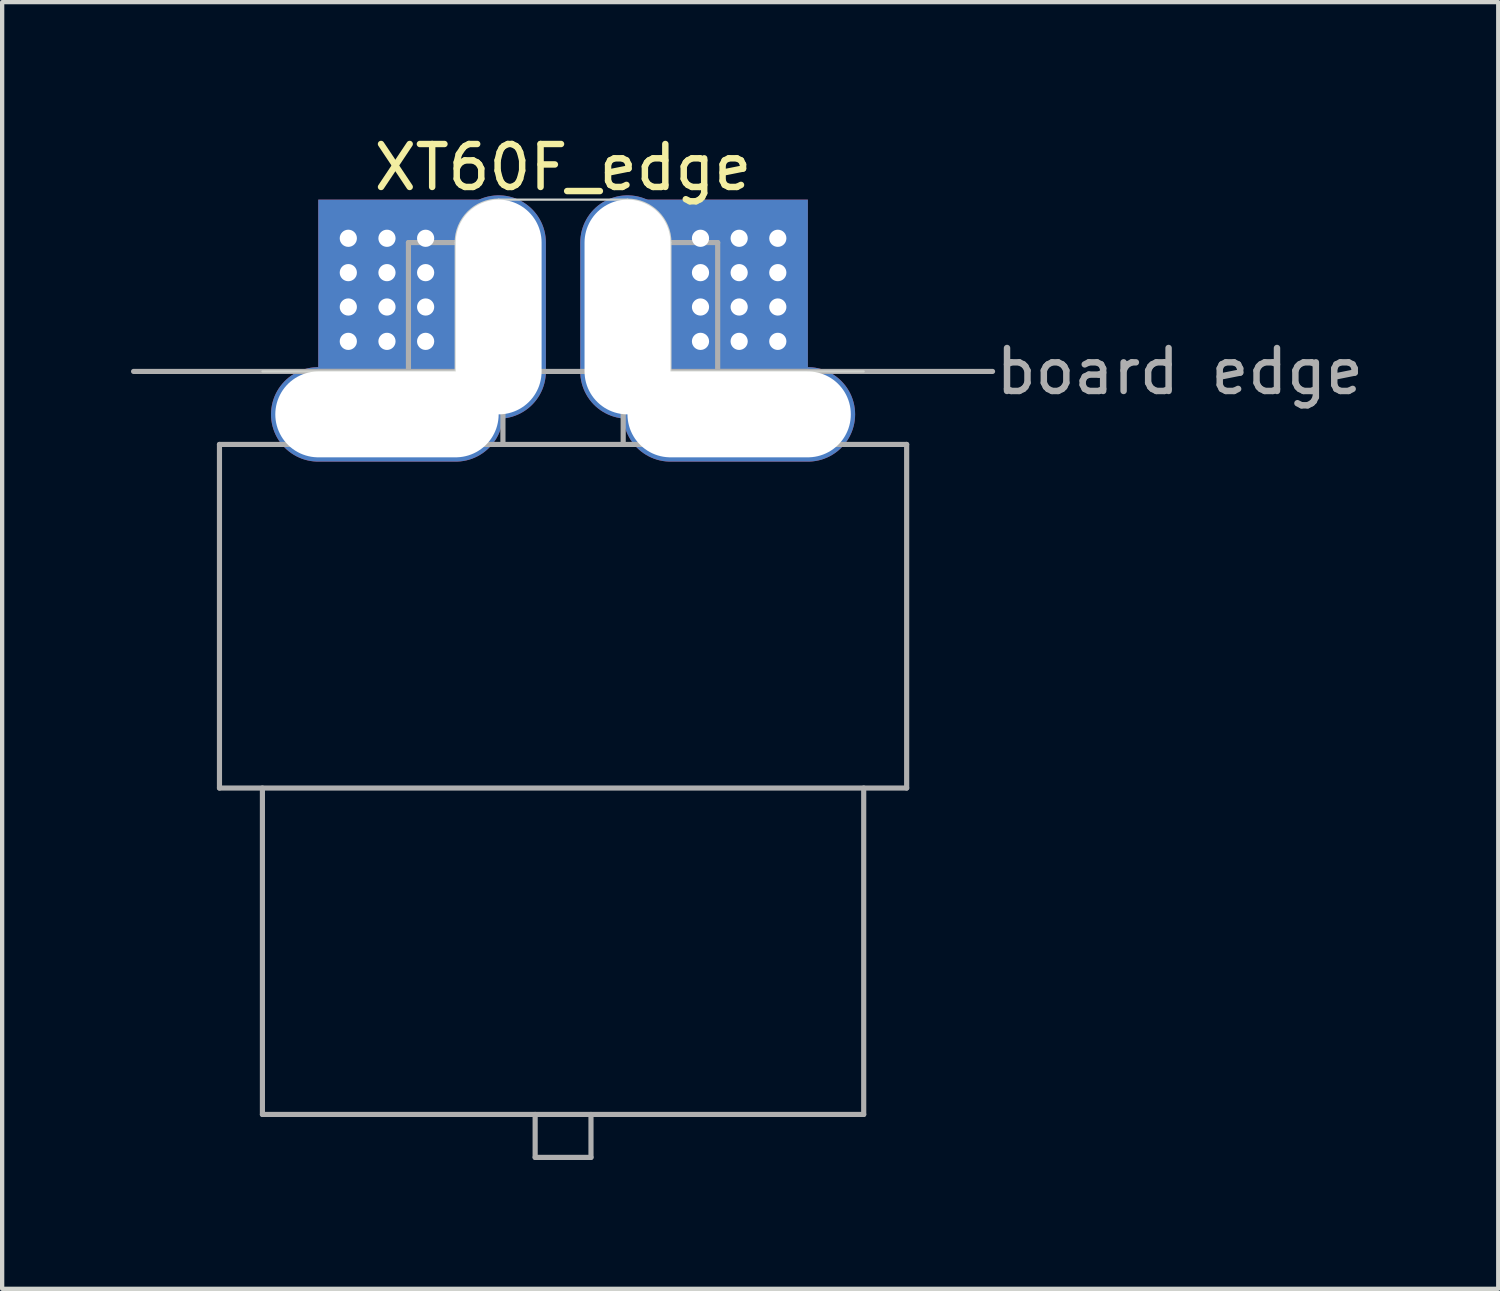
<source format=kicad_pcb>
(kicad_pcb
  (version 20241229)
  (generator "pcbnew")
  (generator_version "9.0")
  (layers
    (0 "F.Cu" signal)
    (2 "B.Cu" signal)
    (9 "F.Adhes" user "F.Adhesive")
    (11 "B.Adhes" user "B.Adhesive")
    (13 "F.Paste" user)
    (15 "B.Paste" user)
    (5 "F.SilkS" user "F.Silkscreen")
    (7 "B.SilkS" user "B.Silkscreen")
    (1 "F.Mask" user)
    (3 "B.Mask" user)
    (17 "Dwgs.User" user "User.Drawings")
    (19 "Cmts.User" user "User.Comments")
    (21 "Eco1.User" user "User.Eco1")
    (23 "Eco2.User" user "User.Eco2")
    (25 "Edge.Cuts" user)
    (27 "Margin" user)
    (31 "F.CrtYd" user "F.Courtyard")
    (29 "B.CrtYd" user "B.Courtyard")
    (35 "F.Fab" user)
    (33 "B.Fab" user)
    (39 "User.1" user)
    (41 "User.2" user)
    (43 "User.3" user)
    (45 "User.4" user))
  (footprint "XT60F_edge"
    (layer "F.Cu")
    (at 10.06 5.598)
    (property "Reference" "XT60F_edge" (at 0 -4.75 0) (layer "F.SilkS") (effects (font (size 1 1) (thickness 0.15))))
    (attr through_hole)
    (fp_line (start -2.5 0) (end -7 0) (stroke (width 0.05) (type solid)) (layer "Edge.Cuts"))
    (fp_line (start -2.5 0) (end -2.5 -3) (stroke (width 0.05) (type solid)) (layer "Edge.Cuts"))
    (fp_line (start -1.5 -4) (end 1.5 -4) (stroke (width 0.05) (type solid)) (layer "Edge.Cuts"))
    (fp_line (start 2.5 0) (end 2.5 -3) (stroke (width 0.05) (type solid)) (layer "Edge.Cuts"))
    (fp_line (start 2.5 0) (end 7 0) (stroke (width 0.05) (type solid)) (layer "Edge.Cuts"))
    (fp_arc (start -2.5 -3) (mid -2.207107 -3.707107) (end -1.5 -4) (stroke (width 0.05) (type solid)) (layer "Edge.Cuts"))
    (fp_arc (start 1.5 -4) (mid 2.207107 -3.707107) (end 2.5 -3) (stroke (width 0.05) (type solid)) (layer "Edge.Cuts"))
    (fp_line (start -8 9.7) (end -8 1.7) (stroke (width 0.12) (type solid)) (layer "F.Fab"))
    (fp_line (start -7 9.7) (end -7 17.3) (stroke (width 0.12) (type solid)) (layer "F.Fab"))
    (fp_line (start -7 17.3) (end 7 17.3) (stroke (width 0.12) (type solid)) (layer "F.Fab"))
    (fp_line (start -5.7 0) (end -3.6 0) (stroke (width 0.12) (type solid)) (layer "F.Fab"))
    (fp_line (start -5.7 1.7) (end -8 1.7) (stroke (width 0.12) (type solid)) (layer "F.Fab"))
    (fp_line (start -5.7 1.7) (end -5.7 0) (stroke (width 0.12) (type solid)) (layer "F.Fab"))
    (fp_line (start -3.6 -3) (end -1.4 -3) (stroke (width 0.12) (type solid)) (layer "F.Fab"))
    (fp_line (start -3.6 0) (end -3.6 -3) (stroke (width 0.12) (type solid)) (layer "F.Fab"))
    (fp_line (start -1.4 -3) (end -1.4 1.7) (stroke (width 0.12) (type solid)) (layer "F.Fab"))
    (fp_line (start -1.4 1.7) (end -5.7 1.7) (stroke (width 0.12) (type solid)) (layer "F.Fab"))
    (fp_line (start -1.4 1.7) (end 1.4 1.7) (stroke (width 0.12) (type solid)) (layer "F.Fab"))
    (fp_line (start -0.65 18.3) (end -0.65 17.3) (stroke (width 0.12) (type solid)) (layer "F.Fab"))
    (fp_line (start 0.65 17.3) (end 0.65 18.3) (stroke (width 0.12) (type solid)) (layer "F.Fab"))
    (fp_line (start 0.65 18.3) (end -0.65 18.3) (stroke (width 0.12) (type solid)) (layer "F.Fab"))
    (fp_line (start 1.4 -3) (end 3.6 -3) (stroke (width 0.12) (type solid)) (layer "F.Fab"))
    (fp_line (start 1.4 1.7) (end 1.4 -3) (stroke (width 0.12) (type solid)) (layer "F.Fab"))
    (fp_line (start 3.6 -3) (end 3.6 0) (stroke (width 0.12) (type solid)) (layer "F.Fab"))
    (fp_line (start 3.6 0) (end 5.7 0) (stroke (width 0.12) (type solid)) (layer "F.Fab"))
    (fp_line (start 5.7 0) (end 5.7 1.7) (stroke (width 0.12) (type solid)) (layer "F.Fab"))
    (fp_line (start 5.7 1.7) (end 1.4 1.7) (stroke (width 0.12) (type solid)) (layer "F.Fab"))
    (fp_line (start 5.7 1.7) (end 8 1.7) (stroke (width 0.12) (type solid)) (layer "F.Fab"))
    (fp_line (start 7 9.7) (end 7 17.3) (stroke (width 0.12) (type solid)) (layer "F.Fab"))
    (fp_line (start 8 1.7) (end 8 9.7) (stroke (width 0.12) (type solid)) (layer "F.Fab"))
    (fp_line (start 8 9.7) (end -8 9.7) (stroke (width 0.12) (type solid)) (layer "F.Fab"))
    (fp_line (start 10 0) (end -10 0) (stroke (width 0.12) (type solid)) (layer "F.Fab"))
    (fp_text user "board edge" (at 10 0 0) (layer "F.Fab") (effects (font (size 1 1) (thickness 0.15)) (justify left)))
    (pad "1" thru_hole circle (at -5 -3.1) (size 0.6 0.6) (drill 0.4) (layers "*.Cu" "*.Mask"))
    (pad "1" thru_hole circle (at -5 -2.3) (size 0.6 0.6) (drill 0.4) (layers "*.Cu" "*.Mask"))
    (pad "1" thru_hole circle (at -5 -1.5) (size 0.6 0.6) (drill 0.4) (layers "*.Cu" "*.Mask"))
    (pad "1" thru_hole circle (at -5 -0.7) (size 0.6 0.6) (drill 0.4) (layers "*.Cu" "*.Mask"))
    (pad "1" thru_hole circle (at -4.1 -3.1) (size 0.6 0.6) (drill 0.4) (layers "*.Cu" "*.Mask"))
    (pad "1" thru_hole circle (at -4.1 -2.3) (size 0.6 0.6) (drill 0.4) (layers "*.Cu" "*.Mask"))
    (pad "1" thru_hole circle (at -4.1 -1.5) (size 0.6 0.6) (drill 0.4) (layers "*.Cu" "*.Mask"))
    (pad "1" thru_hole circle (at -4.1 -0.7) (size 0.6 0.6) (drill 0.4) (layers "*.Cu" "*.Mask"))
    (pad "1" thru_hole oval (at -4.1 1) (size 5.4 2.2) (drill oval 5.2 2) (layers "*.Cu" "*.Mask"))
    (pad "1" connect rect (at -3.6 -2) (size 4.2 4) (layers "F.Cu" "F.Mask"))
    (pad "1" connect rect (at -3.6 -2) (size 4.2 4) (layers "*.Mask" "B.Cu"))
    (pad "1" thru_hole circle (at -3.2 -3.1) (size 0.6 0.6) (drill 0.4) (layers "*.Cu" "*.Mask"))
    (pad "1" thru_hole circle (at -3.2 -2.3) (size 0.6 0.6) (drill 0.4) (layers "*.Cu" "*.Mask"))
    (pad "1" thru_hole circle (at -3.2 -1.5) (size 0.6 0.6) (drill 0.4) (layers "*.Cu" "*.Mask"))
    (pad "1" thru_hole circle (at -3.2 -0.7) (size 0.6 0.6) (drill 0.4) (layers "*.Cu" "*.Mask"))
    (pad "1" thru_hole oval (at -1.5 -1.5) (size 2.2 5.2) (drill oval 2 5) (layers "*.Cu" "*.Mask"))
    (pad "2" thru_hole oval (at 1.5 -1.5) (size 2.2 5.2) (drill oval 2 5) (layers "*.Cu" "*.Mask"))
    (pad "2" thru_hole circle (at 3.2 -3.1) (size 0.6 0.6) (drill 0.4) (layers "*.Cu" "*.Mask"))
    (pad "2" thru_hole circle (at 3.2 -2.3) (size 0.6 0.6) (drill 0.4) (layers "*.Cu" "*.Mask"))
    (pad "2" thru_hole circle (at 3.2 -1.5) (size 0.6 0.6) (drill 0.4) (layers "*.Cu" "*.Mask"))
    (pad "2" thru_hole circle (at 3.2 -0.7) (size 0.6 0.6) (drill 0.4) (layers "*.Cu" "*.Mask"))
    (pad "2" connect rect (at 3.6 -2) (size 4.2 4) (layers "F.Cu" "F.Mask"))
    (pad "2" connect rect (at 3.6 -2) (size 4.2 4) (layers "*.Mask" "B.Cu"))
    (pad "2" thru_hole circle (at 4.1 -3.1) (size 0.6 0.6) (drill 0.4) (layers "*.Cu" "*.Mask"))
    (pad "2" thru_hole circle (at 4.1 -2.3) (size 0.6 0.6) (drill 0.4) (layers "*.Cu" "*.Mask"))
    (pad "2" thru_hole circle (at 4.1 -1.5) (size 0.6 0.6) (drill 0.4) (layers "*.Cu" "*.Mask"))
    (pad "2" thru_hole circle (at 4.1 -0.7) (size 0.6 0.6) (drill 0.4) (layers "*.Cu" "*.Mask"))
    (pad "2" thru_hole oval (at 4.1 1) (size 5.4 2.2) (drill oval 5.2 2) (layers "*.Cu" "*.Mask"))
    (pad "2" thru_hole circle (at 5 -3.1) (size 0.6 0.6) (drill 0.4) (layers "*.Cu" "*.Mask"))
    (pad "2" thru_hole circle (at 5 -2.3) (size 0.6 0.6) (drill 0.4) (layers "*.Cu" "*.Mask"))
    (pad "2" thru_hole circle (at 5 -1.5) (size 0.6 0.6) (drill 0.4) (layers "*.Cu" "*.Mask"))
    (pad "2" thru_hole circle (at 5 -0.7) (size 0.6 0.6) (drill 0.4) (layers "*.Cu" "*.Mask")))
  (gr_rect
    (start -3 -3)
    (end 31.834 26.958)
    (stroke (width 0.1) (type default))
    (fill no)
    (layer "Edge.Cuts")))
</source>
